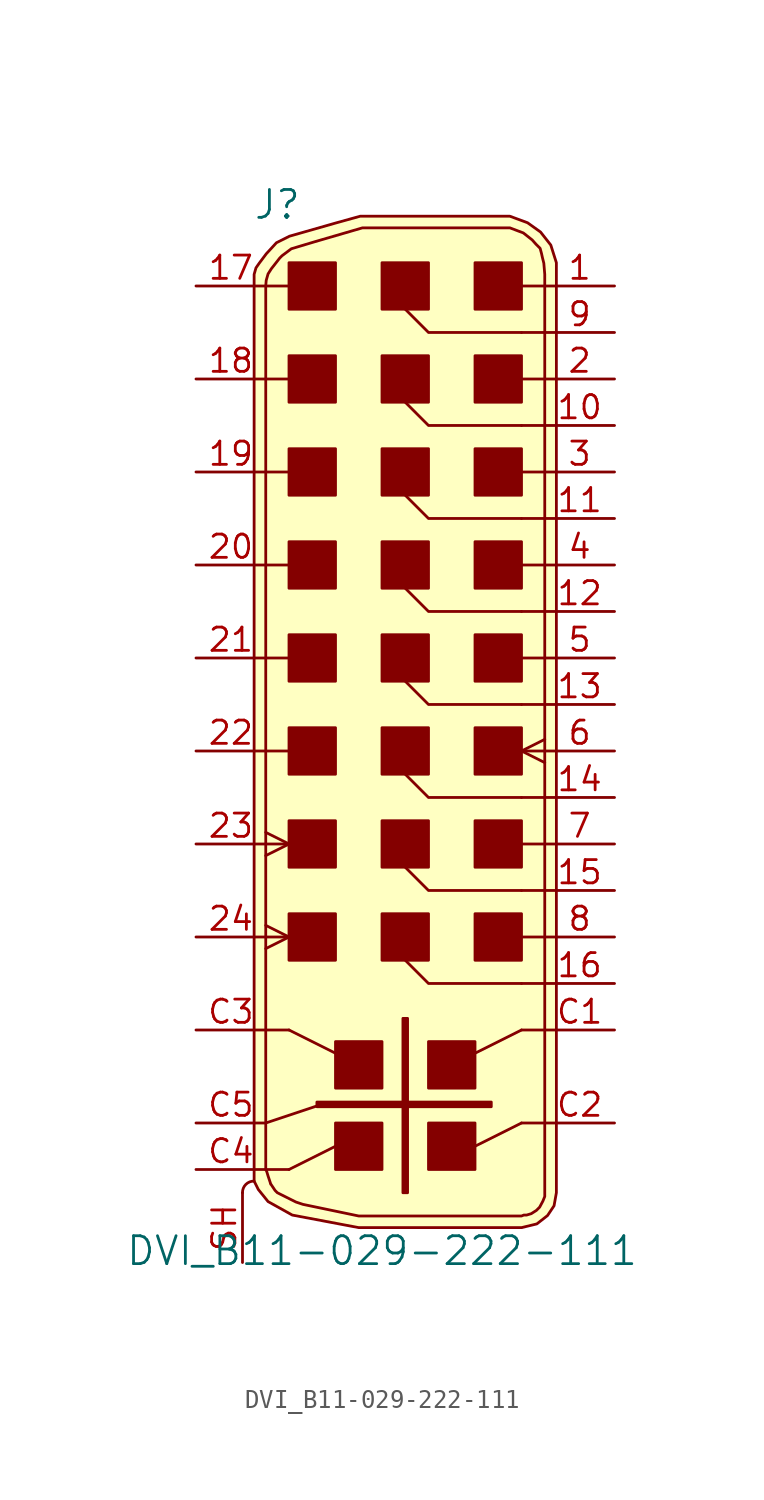
<source format=kicad_sym>
(kicad_symbol_lib
  (version 20211014)
  (generator kicad_symbol_editor)
  (symbol "DVI_B11-029-222-111"
    (pin_names
      (offset 1.016))
    (property "Reference" "J"
      (at -8.255 27.305 0)
      (effects (font (size 1.524 1.524))))
    (property "Value" "DVI_B11-029-222-111"
      (at -2.54 -29.845 0)
      (effects (font (size 1.524 1.524))))
    (symbol "DVI_B11-029-222-111_0_1"
      (arc (start -9.525 -26.035) (mid -9.9825 -26.2192) (end -10.16 -26.67) (stroke (width 0) (type default) (color 0 0 0 0)) (fill (type none)))
      (rectangle (start -5.08 -11.43) (end -7.62 -13.97) (stroke (width 0) (type default) (color 0 0 0 0)) (fill (type outline)))
      (rectangle (start -5.08 -6.35) (end -7.62 -8.89) (stroke (width 0) (type default) (color 0 0 0 0)) (fill (type outline)))
      (rectangle (start -5.08 -1.27) (end -7.62 -3.81) (stroke (width 0) (type default) (color 0 0 0 0)) (fill (type outline)))
      (rectangle (start -5.08 3.81) (end -7.62 1.27) (stroke (width 0) (type default) (color 0 0 0 0)) (fill (type outline)))
      (rectangle (start -5.08 8.89) (end -7.62 6.35) (stroke (width 0) (type default) (color 0 0 0 0)) (fill (type outline)))
      (rectangle (start -5.08 13.97) (end -7.62 11.43) (stroke (width 0) (type default) (color 0 0 0 0)) (fill (type outline)))
      (rectangle (start -5.08 19.05) (end -7.62 16.51) (stroke (width 0) (type default) (color 0 0 0 0)) (fill (type outline)))
      (rectangle (start -5.08 24.13) (end -7.62 21.59) (stroke (width 0) (type default) (color 0 0 0 0)) (fill (type outline)))
      (rectangle (start -2.54 -22.86) (end -5.08 -25.4) (stroke (width 0) (type default) (color 0 0 0 0)) (fill (type outline)))
      (rectangle (start -2.54 -18.415) (end -5.08 -20.955) (stroke (width 0) (type default) (color 0 0 0 0)) (fill (type outline)))
      (rectangle (start -1.397 -17.145) (end -1.143 -26.67) (stroke (width 0) (type default) (color 0 0 0 0)) (fill (type outline)))
      (rectangle (start 0 -11.43) (end -2.54 -13.97) (stroke (width 0) (type default) (color 0 0 0 0)) (fill (type outline)))
      (rectangle (start 0 -6.35) (end -2.54 -8.89) (stroke (width 0) (type default) (color 0 0 0 0)) (fill (type outline)))
      (rectangle (start 0 -1.27) (end -2.54 -3.81) (stroke (width 0) (type default) (color 0 0 0 0)) (fill (type outline)))
      (polyline (pts (xy -8.89 -22.86) (xy -5.842 -21.844)) (stroke (width 0) (type default) (color 0 0 0 0)) (fill (type none)))
      (polyline (pts (xy -7.62 -25.4) (xy -8.89 -25.4)) (stroke (width 0) (type default) (color 0 0 0 0)) (fill (type none)))
      (polyline (pts (xy -7.62 -25.4) (xy -5.08 -24.13)) (stroke (width 0) (type default) (color 0 0 0 0)) (fill (type none)))
      (polyline (pts (xy -7.62 -17.78) (xy -8.89 -17.78)) (stroke (width 0) (type default) (color 0 0 0 0)) (fill (type none)))
      (polyline (pts (xy -7.62 -17.78) (xy -5.08 -19.05)) (stroke (width 0) (type default) (color 0 0 0 0)) (fill (type none)))
      (polyline (pts (xy -7.62 -12.7) (xy -8.89 -12.7)) (stroke (width 0) (type default) (color 0 0 0 0)) (fill (type none)))
      (polyline (pts (xy -7.62 -7.62) (xy -8.89 -7.62)) (stroke (width 0) (type default) (color 0 0 0 0)) (fill (type none)))
      (polyline (pts (xy -7.62 -2.54) (xy -8.89 -2.54)) (stroke (width 0) (type default) (color 0 0 0 0)) (fill (type none)))
      (polyline (pts (xy -7.62 2.54) (xy -8.89 2.54)) (stroke (width 0) (type default) (color 0 0 0 0)) (fill (type none)))
      (polyline (pts (xy -7.62 7.62) (xy -8.89 7.62)) (stroke (width 0) (type default) (color 0 0 0 0)) (fill (type none)))
      (polyline (pts (xy -7.62 12.7) (xy -8.89 12.7)) (stroke (width 0) (type default) (color 0 0 0 0)) (fill (type none)))
      (polyline (pts (xy -7.62 17.78) (xy -8.89 17.78)) (stroke (width 0) (type default) (color 0 0 0 0)) (fill (type none)))
      (polyline (pts (xy -7.62 22.86) (xy -8.89 22.86)) (stroke (width 0) (type default) (color 0 0 0 0)) (fill (type none)))
      (polyline (pts (xy 5.08 -22.86) (xy 2.54 -24.13)) (stroke (width 0) (type default) (color 0 0 0 0)) (fill (type none)))
      (polyline (pts (xy 5.08 -17.78) (xy 2.54 -19.05)) (stroke (width 0) (type default) (color 0 0 0 0)) (fill (type none)))
      (polyline (pts (xy 5.08 22.86) (xy 5.08 22.86)) (stroke (width 0) (type default) (color 0 0 0 0)) (fill (type none)))
      (polyline (pts (xy 6.35 -22.86) (xy 5.08 -22.86)) (stroke (width 0) (type default) (color 0 0 0 0)) (fill (type none)))
      (polyline (pts (xy 6.35 -17.78) (xy 5.08 -17.78)) (stroke (width 0) (type default) (color 0 0 0 0)) (fill (type none)))
      (polyline (pts (xy 6.35 -15.24) (xy 5.08 -15.24)) (stroke (width 0) (type default) (color 0 0 0 0)) (fill (type none)))
      (polyline (pts (xy 6.35 -12.7) (xy 5.08 -12.7)) (stroke (width 0) (type default) (color 0 0 0 0)) (fill (type none)))
      (polyline (pts (xy 6.35 -10.16) (xy 5.08 -10.16)) (stroke (width 0) (type default) (color 0 0 0 0)) (fill (type none)))
      (polyline (pts (xy 6.35 -7.62) (xy 5.08 -7.62)) (stroke (width 0) (type default) (color 0 0 0 0)) (fill (type none)))
      (polyline (pts (xy 6.35 -5.08) (xy 5.08 -5.08)) (stroke (width 0) (type default) (color 0 0 0 0)) (fill (type none)))
      (polyline (pts (xy 6.35 -2.54) (xy 5.08 -2.54)) (stroke (width 0) (type default) (color 0 0 0 0)) (fill (type none)))
      (polyline (pts (xy 6.35 0) (xy 5.08 0)) (stroke (width 0) (type default) (color 0 0 0 0)) (fill (type none)))
      (polyline (pts (xy 6.35 2.54) (xy 5.08 2.54)) (stroke (width 0) (type default) (color 0 0 0 0)) (fill (type none)))
      (polyline (pts (xy 6.35 5.08) (xy 5.08 5.08)) (stroke (width 0) (type default) (color 0 0 0 0)) (fill (type none)))
      (polyline (pts (xy 6.35 7.62) (xy 5.08 7.62)) (stroke (width 0) (type default) (color 0 0 0 0)) (fill (type none)))
      (polyline (pts (xy 6.35 10.16) (xy 5.08 10.16)) (stroke (width 0) (type default) (color 0 0 0 0)) (fill (type none)))
      (polyline (pts (xy 6.35 12.7) (xy 5.08 12.7)) (stroke (width 0) (type default) (color 0 0 0 0)) (fill (type none)))
      (polyline (pts (xy 6.35 15.24) (xy 5.08 15.24)) (stroke (width 0) (type default) (color 0 0 0 0)) (fill (type none)))
      (polyline (pts (xy 6.35 17.78) (xy 5.08 17.78)) (stroke (width 0) (type default) (color 0 0 0 0)) (fill (type none)))
      (polyline (pts (xy 6.35 20.32) (xy 5.08 20.32)) (stroke (width 0) (type default) (color 0 0 0 0)) (fill (type none)))
      (polyline (pts (xy 6.35 22.86) (xy 5.08 22.86)) (stroke (width 0) (type default) (color 0 0 0 0)) (fill (type none)))
      (polyline (pts (xy -1.27 -13.97) (xy 0 -15.24) (xy 5.08 -15.24)) (stroke (width 0) (type default) (color 0 0 0 0)) (fill (type none)))
      (polyline (pts (xy -1.27 -8.89) (xy 0 -10.16) (xy 5.08 -10.16)) (stroke (width 0) (type default) (color 0 0 0 0)) (fill (type none)))
      (polyline (pts (xy -1.27 -3.81) (xy 0 -5.08) (xy 5.08 -5.08)) (stroke (width 0) (type default) (color 0 0 0 0)) (fill (type none)))
      (polyline (pts (xy -1.27 1.27) (xy 0 0) (xy 5.08 0)) (stroke (width 0) (type default) (color 0 0 0 0)) (fill (type none)))
      (polyline (pts (xy -1.27 6.35) (xy 0 5.08) (xy 5.08 5.08)) (stroke (width 0) (type default) (color 0 0 0 0)) (fill (type none)))
      (polyline (pts (xy -1.27 11.43) (xy 0 10.16) (xy 5.08 10.16)) (stroke (width 0) (type default) (color 0 0 0 0)) (fill (type none)))
      (polyline (pts (xy -1.27 16.51) (xy 0 15.24) (xy 5.08 15.24)) (stroke (width 0) (type default) (color 0 0 0 0)) (fill (type none)))
      (polyline (pts (xy -1.27 21.59) (xy 0 20.32) (xy 5.08 20.32)) (stroke (width 0) (type default) (color 0 0 0 0)) (fill (type none)))
      (polyline (pts (xy 6.985 -26.67) (xy 6.985 24.13) (xy 6.68 25.095) (xy 6.121 25.806) (xy 5.41 26.314) (xy 4.445 26.67) (xy -3.734 26.67) (xy -5.105 26.289) (xy -7.595 25.578) (xy -8.306 25.222) (xy -8.865 24.613) (xy -9.246 24.105) (xy -9.423 23.851) (xy -9.525 23.495) (xy -9.525 -26.035) (xy -9.296 -26.492) (xy -8.763 -27.153) (xy -7.442 -27.889) (xy -3.81 -28.575) (xy 5.08 -28.575) (xy 5.918 -28.372) (xy 6.502 -27.915) (xy 6.858 -27.381) (xy 6.985 -26.67)) (stroke (width 0) (type default) (color 0 0 0 0)) (fill (type background)))
      (polyline (pts (xy -8.89 22.86) (xy -8.865 23.165) (xy -8.763 23.52) (xy -8.585 23.8) (xy -8.306 24.155) (xy -8.128 24.384) (xy -8.001 24.511) (xy -7.493 24.892) (xy -6.223 25.273) (xy -3.607 26.035) (xy 0.635 26.035) (xy 4.445 26.035) (xy 5.182 25.756) (xy 5.664 25.375) (xy 5.867 25.146) (xy 6.096 24.917) (xy 6.172 24.638) (xy 6.223 24.409) (xy 6.299 24.105) (xy 6.35 23.495) (xy 6.35 -26.67) (xy 6.35 -26.873) (xy 6.248 -27.127) (xy 6.071 -27.457) (xy 5.893 -27.635) (xy 5.613 -27.813) (xy 5.359 -27.889) (xy 5.207 -27.889) (xy 5.08 -27.94) (xy -3.81 -27.94) (xy -6.858 -27.305) (xy -7.239 -27.178) (xy -7.747 -26.924) (xy -8.001 -26.797) (xy -8.255 -26.67) (xy -8.382 -26.543) (xy -8.636 -26.162) (xy -8.611 -26.213) (xy -8.687 -25.984) (xy -8.763 -25.756) (xy -8.839 -25.502) (xy -8.89 -25.4) (xy -8.89 22.86)) (stroke (width 0) (type default) (color 0 0 0 0)) (fill (type background)))
      (rectangle (start 0 3.81) (end -2.54 1.27) (stroke (width 0) (type default) (color 0 0 0 0)) (fill (type outline)))
      (rectangle (start 0 8.89) (end -2.54 6.35) (stroke (width 0) (type default) (color 0 0 0 0)) (fill (type outline)))
      (rectangle (start 0 13.97) (end -2.54 11.43) (stroke (width 0) (type default) (color 0 0 0 0)) (fill (type outline)))
      (rectangle (start 0 19.05) (end -2.54 16.51) (stroke (width 0) (type default) (color 0 0 0 0)) (fill (type outline)))
      (rectangle (start 0 24.13) (end -2.54 21.59) (stroke (width 0) (type default) (color 0 0 0 0)) (fill (type outline)))
      (rectangle (start 2.54 -22.86) (end 0 -25.4) (stroke (width 0) (type default) (color 0 0 0 0)) (fill (type outline)))
      (rectangle (start 2.54 -18.415) (end 0 -20.955) (stroke (width 0) (type default) (color 0 0 0 0)) (fill (type outline)))
      (rectangle (start 5.08 -11.43) (end 2.54 -13.97) (stroke (width 0) (type default) (color 0 0 0 0)) (fill (type outline)))
      (rectangle (start 5.08 -6.35) (end 2.54 -8.89) (stroke (width 0) (type default) (color 0 0 0 0)) (fill (type outline)))
      (rectangle (start 5.08 -1.27) (end 2.54 -3.81) (stroke (width 0) (type default) (color 0 0 0 0)) (fill (type outline)))
      (rectangle (start 5.08 3.81) (end 2.54 1.27) (stroke (width 0) (type default) (color 0 0 0 0)) (fill (type outline)))
      (rectangle (start 5.08 8.89) (end 2.54 6.35) (stroke (width 0) (type default) (color 0 0 0 0)) (fill (type outline)))
      (rectangle (start 5.08 13.97) (end 2.54 11.43) (stroke (width 0) (type default) (color 0 0 0 0)) (fill (type outline)))
      (rectangle (start 5.08 19.05) (end 2.54 16.51) (stroke (width 0) (type default) (color 0 0 0 0)) (fill (type outline)))
      (rectangle (start 5.08 24.13) (end 2.54 21.59) (stroke (width 0) (type default) (color 0 0 0 0)) (fill (type outline))))
    (symbol "DVI_B11-029-222-111_1_1"
      (rectangle (start -6.096 -21.971) (end 3.429 -21.717) (stroke (width 0) (type default) (color 0 0 0 0)) (fill (type outline)))
      (pin passive line (at 10.16 22.86 180) (length 3.81) (name "~" (effects (font (size 1.27 1.27)))) (number "1" (effects (font (size 1.27 1.27)))))
      (pin passive line (at 10.16 15.24 180) (length 3.81) (name "~" (effects (font (size 1.27 1.27)))) (number "10" (effects (font (size 1.27 1.27)))))
      (pin passive line (at 10.16 10.16 180) (length 3.81) (name "~" (effects (font (size 1.27 1.27)))) (number "11" (effects (font (size 1.27 1.27)))))
      (pin passive line (at 10.16 5.08 180) (length 3.81) (name "~" (effects (font (size 1.27 1.27)))) (number "12" (effects (font (size 1.27 1.27)))))
      (pin passive line (at 10.16 0 180) (length 3.81) (name "~" (effects (font (size 1.27 1.27)))) (number "13" (effects (font (size 1.27 1.27)))))
      (pin passive line (at 10.16 -5.08 180) (length 3.81) (name "~" (effects (font (size 1.27 1.27)))) (number "14" (effects (font (size 1.27 1.27)))))
      (pin passive line (at 10.16 -10.16 180) (length 3.81) (name "~" (effects (font (size 1.27 1.27)))) (number "15" (effects (font (size 1.27 1.27)))))
      (pin passive line (at 10.16 -15.24 180) (length 3.81) (name "~" (effects (font (size 1.27 1.27)))) (number "16" (effects (font (size 1.27 1.27)))))
      (pin passive line (at -12.7 22.86 0) (length 3.81) (name "~" (effects (font (size 1.27 1.27)))) (number "17" (effects (font (size 1.27 1.27)))))
      (pin passive line (at -12.7 17.78 0) (length 3.81) (name "~" (effects (font (size 1.27 1.27)))) (number "18" (effects (font (size 1.27 1.27)))))
      (pin passive line (at -12.7 12.7 0) (length 3.81) (name "~" (effects (font (size 1.27 1.27)))) (number "19" (effects (font (size 1.27 1.27)))))
      (pin passive line (at 10.16 17.78 180) (length 3.81) (name "~" (effects (font (size 1.27 1.27)))) (number "2" (effects (font (size 1.27 1.27)))))
      (pin passive line (at -12.7 7.62 0) (length 3.81) (name "~" (effects (font (size 1.27 1.27)))) (number "20" (effects (font (size 1.27 1.27)))))
      (pin passive line (at -12.7 2.54 0) (length 3.81) (name "~" (effects (font (size 1.27 1.27)))) (number "21" (effects (font (size 1.27 1.27)))))
      (pin passive line (at -12.7 -2.54 0) (length 3.81) (name "~" (effects (font (size 1.27 1.27)))) (number "22" (effects (font (size 1.27 1.27)))))
      (pin passive clock (at -12.7 -7.62 0) (length 3.81) (name "~" (effects (font (size 1.27 1.27)))) (number "23" (effects (font (size 1.27 1.27)))))
      (pin passive clock (at -12.7 -12.7 0) (length 3.81) (name "~" (effects (font (size 1.27 1.27)))) (number "24" (effects (font (size 1.27 1.27)))))
      (pin passive line (at 10.16 12.7 180) (length 3.81) (name "~" (effects (font (size 1.27 1.27)))) (number "3" (effects (font (size 1.27 1.27)))))
      (pin passive line (at 10.16 7.62 180) (length 3.81) (name "~" (effects (font (size 1.27 1.27)))) (number "4" (effects (font (size 1.27 1.27)))))
      (pin passive line (at 10.16 2.54 180) (length 3.81) (name "~" (effects (font (size 1.27 1.27)))) (number "5" (effects (font (size 1.27 1.27)))))
      (pin passive clock (at 10.16 -2.54 180) (length 3.81) (name "~" (effects (font (size 1.27 1.27)))) (number "6" (effects (font (size 1.27 1.27)))))
      (pin passive line (at 10.16 -7.62 180) (length 3.81) (name "~" (effects (font (size 1.27 1.27)))) (number "7" (effects (font (size 1.27 1.27)))))
      (pin passive line (at 10.16 -12.7 180) (length 3.81) (name "~" (effects (font (size 1.27 1.27)))) (number "8" (effects (font (size 1.27 1.27)))))
      (pin passive line (at 10.16 20.32 180) (length 3.81) (name "~" (effects (font (size 1.27 1.27)))) (number "9" (effects (font (size 1.27 1.27)))))
      (pin passive line (at 10.16 -17.78 180) (length 3.81) (name "~" (effects (font (size 1.27 1.27)))) (number "C1" (effects (font (size 1.27 1.27)))))
      (pin passive line (at 10.16 -22.86 180) (length 3.81) (name "~" (effects (font (size 1.27 1.27)))) (number "C2" (effects (font (size 1.27 1.27)))))
      (pin passive line (at -12.7 -17.78 0) (length 3.81) (name "~" (effects (font (size 1.27 1.27)))) (number "C3" (effects (font (size 1.27 1.27)))))
      (pin passive line (at -12.7 -25.4 0) (length 3.81) (name "~" (effects (font (size 1.27 1.27)))) (number "C4" (effects (font (size 1.27 1.27)))))
      (pin passive line (at -12.7 -22.86 0) (length 3.81) (name "~" (effects (font (size 1.27 1.27)))) (number "C5" (effects (font (size 1.27 1.27)))))
      (pin passive line (at -10.16 -30.48 90) (length 3.81) (name "~" (effects (font (size 1.27 1.27)))) (number "SH" (effects (font (size 1.27 1.27))))))))
</source>
